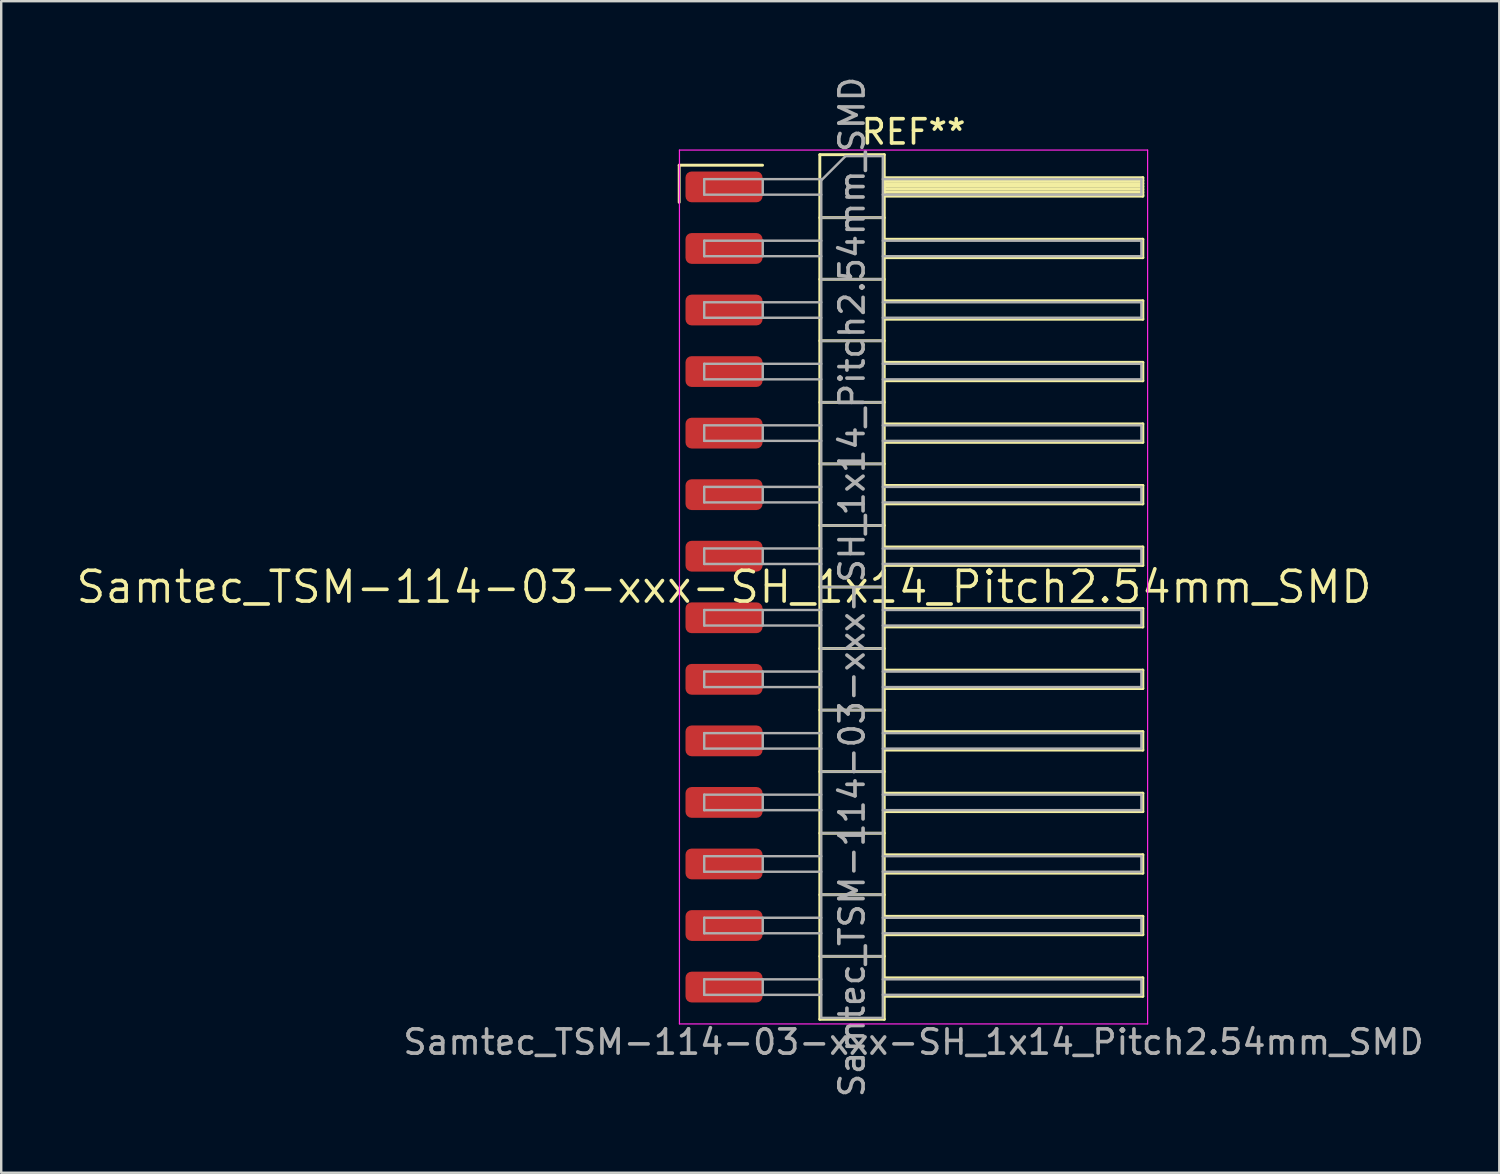
<source format=kicad_pcb>
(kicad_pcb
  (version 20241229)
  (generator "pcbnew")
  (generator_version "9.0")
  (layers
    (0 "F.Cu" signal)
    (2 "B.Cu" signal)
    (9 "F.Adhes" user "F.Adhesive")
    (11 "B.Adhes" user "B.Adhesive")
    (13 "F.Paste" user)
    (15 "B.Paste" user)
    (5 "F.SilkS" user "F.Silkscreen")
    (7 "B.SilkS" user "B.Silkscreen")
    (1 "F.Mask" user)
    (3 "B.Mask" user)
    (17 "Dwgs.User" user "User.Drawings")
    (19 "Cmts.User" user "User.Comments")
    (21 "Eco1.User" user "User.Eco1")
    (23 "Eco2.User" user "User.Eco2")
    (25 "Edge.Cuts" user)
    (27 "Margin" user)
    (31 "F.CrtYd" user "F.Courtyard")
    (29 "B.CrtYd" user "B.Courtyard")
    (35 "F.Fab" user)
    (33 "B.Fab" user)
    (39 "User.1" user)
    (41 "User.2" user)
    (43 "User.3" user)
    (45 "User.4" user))
  (footprint "Samtec_TSM-114-03-xxx-SH_1x14_Pitch2.54mm_SMD"
    (layer "F.Cu")
    (at 26.828 21.173)
    (property "Reference" "Samtec_TSM-114-03-xxx-SH_1x14_Pitch2.54mm_SMD" (at 0 0 0) (layer "F.SilkS") (effects (font (size 1.27 1.27) (thickness 0.15))))
    (attr smd)
    (fp_line (start -1.85 -17.405) (end 1.59 -17.405) (stroke (width 0.12) (type solid)) (layer "F.SilkS"))
    (fp_line (start -1.85 -15.875) (end -1.85 -17.405) (stroke (width 0.12) (type solid)) (layer "F.SilkS"))
    (fp_line (start 3.953 -17.84) (end 6.613 -17.84) (stroke (width 0.12) (type solid)) (layer "F.SilkS"))
    (fp_line (start 3.953 -15.24) (end 6.613 -15.24) (stroke (width 0.12) (type solid)) (layer "F.SilkS"))
    (fp_line (start 3.953 -12.7) (end 6.613 -12.7) (stroke (width 0.12) (type solid)) (layer "F.SilkS"))
    (fp_line (start 3.953 -10.16) (end 6.613 -10.16) (stroke (width 0.12) (type solid)) (layer "F.SilkS"))
    (fp_line (start 3.953 -7.62) (end 6.613 -7.62) (stroke (width 0.12) (type solid)) (layer "F.SilkS"))
    (fp_line (start 3.953 -5.08) (end 6.613 -5.08) (stroke (width 0.12) (type solid)) (layer "F.SilkS"))
    (fp_line (start 3.953 -2.54) (end 6.613 -2.54) (stroke (width 0.12) (type solid)) (layer "F.SilkS"))
    (fp_line (start 3.953 0) (end 6.613 0) (stroke (width 0.12) (type solid)) (layer "F.SilkS"))
    (fp_line (start 3.953 2.54) (end 6.613 2.54) (stroke (width 0.12) (type solid)) (layer "F.SilkS"))
    (fp_line (start 3.953 5.08) (end 6.613 5.08) (stroke (width 0.12) (type solid)) (layer "F.SilkS"))
    (fp_line (start 3.953 7.62) (end 6.613 7.62) (stroke (width 0.12) (type solid)) (layer "F.SilkS"))
    (fp_line (start 3.953 10.16) (end 6.613 10.16) (stroke (width 0.12) (type solid)) (layer "F.SilkS"))
    (fp_line (start 3.953 12.7) (end 6.613 12.7) (stroke (width 0.12) (type solid)) (layer "F.SilkS"))
    (fp_line (start 3.953 15.24) (end 6.613 15.24) (stroke (width 0.12) (type solid)) (layer "F.SilkS"))
    (fp_line (start 3.953 17.84) (end 3.953 -17.84) (stroke (width 0.12) (type solid)) (layer "F.SilkS"))
    (fp_line (start 6.613 -17.84) (end 6.613 17.84) (stroke (width 0.12) (type solid)) (layer "F.SilkS"))
    (fp_line (start 6.613 -16.89) (end 17.283 -16.89) (stroke (width 0.12) (type solid)) (layer "F.SilkS"))
    (fp_line (start 6.613 -16.77) (end 17.283 -16.77) (stroke (width 0.12) (type solid)) (layer "F.SilkS"))
    (fp_line (start 6.613 -16.65) (end 17.283 -16.65) (stroke (width 0.12) (type solid)) (layer "F.SilkS"))
    (fp_line (start 6.613 -16.53) (end 17.283 -16.53) (stroke (width 0.12) (type solid)) (layer "F.SilkS"))
    (fp_line (start 6.613 -16.41) (end 17.283 -16.41) (stroke (width 0.12) (type solid)) (layer "F.SilkS"))
    (fp_line (start 6.613 -16.29) (end 17.283 -16.29) (stroke (width 0.12) (type solid)) (layer "F.SilkS"))
    (fp_line (start 6.613 -16.17) (end 17.283 -16.17) (stroke (width 0.12) (type solid)) (layer "F.SilkS"))
    (fp_line (start 6.613 -16.13) (end 17.283 -16.13) (stroke (width 0.12) (type solid)) (layer "F.SilkS"))
    (fp_line (start 6.613 -14.35) (end 17.283 -14.35) (stroke (width 0.12) (type solid)) (layer "F.SilkS"))
    (fp_line (start 6.613 -13.59) (end 17.283 -13.59) (stroke (width 0.12) (type solid)) (layer "F.SilkS"))
    (fp_line (start 6.613 -11.81) (end 17.283 -11.81) (stroke (width 0.12) (type solid)) (layer "F.SilkS"))
    (fp_line (start 6.613 -11.05) (end 17.283 -11.05) (stroke (width 0.12) (type solid)) (layer "F.SilkS"))
    (fp_line (start 6.613 -9.27) (end 17.283 -9.27) (stroke (width 0.12) (type solid)) (layer "F.SilkS"))
    (fp_line (start 6.613 -8.51) (end 17.283 -8.51) (stroke (width 0.12) (type solid)) (layer "F.SilkS"))
    (fp_line (start 6.613 -6.73) (end 17.283 -6.73) (stroke (width 0.12) (type solid)) (layer "F.SilkS"))
    (fp_line (start 6.613 -5.97) (end 17.283 -5.97) (stroke (width 0.12) (type solid)) (layer "F.SilkS"))
    (fp_line (start 6.613 -4.19) (end 17.283 -4.19) (stroke (width 0.12) (type solid)) (layer "F.SilkS"))
    (fp_line (start 6.613 -3.43) (end 17.283 -3.43) (stroke (width 0.12) (type solid)) (layer "F.SilkS"))
    (fp_line (start 6.613 -1.65) (end 17.283 -1.65) (stroke (width 0.12) (type solid)) (layer "F.SilkS"))
    (fp_line (start 6.613 -0.89) (end 17.283 -0.89) (stroke (width 0.12) (type solid)) (layer "F.SilkS"))
    (fp_line (start 6.613 0.89) (end 17.283 0.89) (stroke (width 0.12) (type solid)) (layer "F.SilkS"))
    (fp_line (start 6.613 1.65) (end 17.283 1.65) (stroke (width 0.12) (type solid)) (layer "F.SilkS"))
    (fp_line (start 6.613 3.43) (end 17.283 3.43) (stroke (width 0.12) (type solid)) (layer "F.SilkS"))
    (fp_line (start 6.613 4.19) (end 17.283 4.19) (stroke (width 0.12) (type solid)) (layer "F.SilkS"))
    (fp_line (start 6.613 5.97) (end 17.283 5.97) (stroke (width 0.12) (type solid)) (layer "F.SilkS"))
    (fp_line (start 6.613 6.73) (end 17.283 6.73) (stroke (width 0.12) (type solid)) (layer "F.SilkS"))
    (fp_line (start 6.613 8.51) (end 17.283 8.51) (stroke (width 0.12) (type solid)) (layer "F.SilkS"))
    (fp_line (start 6.613 9.27) (end 17.283 9.27) (stroke (width 0.12) (type solid)) (layer "F.SilkS"))
    (fp_line (start 6.613 11.05) (end 17.283 11.05) (stroke (width 0.12) (type solid)) (layer "F.SilkS"))
    (fp_line (start 6.613 11.81) (end 17.283 11.81) (stroke (width 0.12) (type solid)) (layer "F.SilkS"))
    (fp_line (start 6.613 13.59) (end 17.283 13.59) (stroke (width 0.12) (type solid)) (layer "F.SilkS"))
    (fp_line (start 6.613 14.35) (end 17.283 14.35) (stroke (width 0.12) (type solid)) (layer "F.SilkS"))
    (fp_line (start 6.613 16.13) (end 17.283 16.13) (stroke (width 0.12) (type solid)) (layer "F.SilkS"))
    (fp_line (start 6.613 16.89) (end 17.283 16.89) (stroke (width 0.12) (type solid)) (layer "F.SilkS"))
    (fp_line (start 6.613 17.84) (end 3.953 17.84) (stroke (width 0.12) (type solid)) (layer "F.SilkS"))
    (fp_line (start 17.283 -16.89) (end 17.283 -16.13) (stroke (width 0.12) (type solid)) (layer "F.SilkS"))
    (fp_line (start 17.283 -14.35) (end 17.283 -13.59) (stroke (width 0.12) (type solid)) (layer "F.SilkS"))
    (fp_line (start 17.283 -11.81) (end 17.283 -11.05) (stroke (width 0.12) (type solid)) (layer "F.SilkS"))
    (fp_line (start 17.283 -9.27) (end 17.283 -8.51) (stroke (width 0.12) (type solid)) (layer "F.SilkS"))
    (fp_line (start 17.283 -6.73) (end 17.283 -5.97) (stroke (width 0.12) (type solid)) (layer "F.SilkS"))
    (fp_line (start 17.283 -4.19) (end 17.283 -3.43) (stroke (width 0.12) (type solid)) (layer "F.SilkS"))
    (fp_line (start 17.283 -1.65) (end 17.283 -0.89) (stroke (width 0.12) (type solid)) (layer "F.SilkS"))
    (fp_line (start 17.283 0.89) (end 17.283 1.65) (stroke (width 0.12) (type solid)) (layer "F.SilkS"))
    (fp_line (start 17.283 3.43) (end 17.283 4.19) (stroke (width 0.12) (type solid)) (layer "F.SilkS"))
    (fp_line (start 17.283 5.97) (end 17.283 6.73) (stroke (width 0.12) (type solid)) (layer "F.SilkS"))
    (fp_line (start 17.283 8.51) (end 17.283 9.27) (stroke (width 0.12) (type solid)) (layer "F.SilkS"))
    (fp_line (start 17.283 11.05) (end 17.283 11.81) (stroke (width 0.12) (type solid)) (layer "F.SilkS"))
    (fp_line (start 17.283 13.59) (end 17.283 14.35) (stroke (width 0.12) (type solid)) (layer "F.SilkS"))
    (fp_line (start 17.283 16.13) (end 17.283 16.89) (stroke (width 0.12) (type solid)) (layer "F.SilkS"))
    (fp_line (start -1.84 -18.03) (end 17.48 -18.03) (stroke (width 0.05) (type solid)) (layer "F.CrtYd"))
    (fp_line (start -1.84 18.03) (end -1.84 -18.03) (stroke (width 0.05) (type solid)) (layer "F.CrtYd"))
    (fp_line (start 17.48 -18.03) (end 17.48 18.03) (stroke (width 0.05) (type solid)) (layer "F.CrtYd"))
    (fp_line (start 17.48 18.03) (end -1.84 18.03) (stroke (width 0.05) (type solid)) (layer "F.CrtYd"))
    (fp_line (start -0.817 -16.83) (end -0.817 -16.19) (stroke (width 0.1) (type solid)) (layer "F.Fab"))
    (fp_line (start -0.817 -16.83) (end 4.013 -16.83) (stroke (width 0.1) (type solid)) (layer "F.Fab"))
    (fp_line (start -0.817 -16.19) (end 4.013 -16.19) (stroke (width 0.1) (type solid)) (layer "F.Fab"))
    (fp_line (start -0.817 -14.29) (end -0.817 -13.65) (stroke (width 0.1) (type solid)) (layer "F.Fab"))
    (fp_line (start -0.817 -14.29) (end 4.013 -14.29) (stroke (width 0.1) (type solid)) (layer "F.Fab"))
    (fp_line (start -0.817 -13.65) (end 4.013 -13.65) (stroke (width 0.1) (type solid)) (layer "F.Fab"))
    (fp_line (start -0.817 -11.75) (end -0.817 -11.11) (stroke (width 0.1) (type solid)) (layer "F.Fab"))
    (fp_line (start -0.817 -11.75) (end 4.013 -11.75) (stroke (width 0.1) (type solid)) (layer "F.Fab"))
    (fp_line (start -0.817 -11.11) (end 4.013 -11.11) (stroke (width 0.1) (type solid)) (layer "F.Fab"))
    (fp_line (start -0.817 -9.21) (end -0.817 -8.57) (stroke (width 0.1) (type solid)) (layer "F.Fab"))
    (fp_line (start -0.817 -9.21) (end 4.013 -9.21) (stroke (width 0.1) (type solid)) (layer "F.Fab"))
    (fp_line (start -0.817 -8.57) (end 4.013 -8.57) (stroke (width 0.1) (type solid)) (layer "F.Fab"))
    (fp_line (start -0.817 -6.67) (end -0.817 -6.03) (stroke (width 0.1) (type solid)) (layer "F.Fab"))
    (fp_line (start -0.817 -6.67) (end 4.013 -6.67) (stroke (width 0.1) (type solid)) (layer "F.Fab"))
    (fp_line (start -0.817 -6.03) (end 4.013 -6.03) (stroke (width 0.1) (type solid)) (layer "F.Fab"))
    (fp_line (start -0.817 -4.13) (end -0.817 -3.49) (stroke (width 0.1) (type solid)) (layer "F.Fab"))
    (fp_line (start -0.817 -4.13) (end 4.013 -4.13) (stroke (width 0.1) (type solid)) (layer "F.Fab"))
    (fp_line (start -0.817 -3.49) (end 4.013 -3.49) (stroke (width 0.1) (type solid)) (layer "F.Fab"))
    (fp_line (start -0.817 -1.59) (end -0.817 -0.95) (stroke (width 0.1) (type solid)) (layer "F.Fab"))
    (fp_line (start -0.817 -1.59) (end 4.013 -1.59) (stroke (width 0.1) (type solid)) (layer "F.Fab"))
    (fp_line (start -0.817 -0.95) (end 4.013 -0.95) (stroke (width 0.1) (type solid)) (layer "F.Fab"))
    (fp_line (start -0.817 0.95) (end -0.817 1.59) (stroke (width 0.1) (type solid)) (layer "F.Fab"))
    (fp_line (start -0.817 0.95) (end 4.013 0.95) (stroke (width 0.1) (type solid)) (layer "F.Fab"))
    (fp_line (start -0.817 1.59) (end 4.013 1.59) (stroke (width 0.1) (type solid)) (layer "F.Fab"))
    (fp_line (start -0.817 3.49) (end -0.817 4.13) (stroke (width 0.1) (type solid)) (layer "F.Fab"))
    (fp_line (start -0.817 3.49) (end 4.013 3.49) (stroke (width 0.1) (type solid)) (layer "F.Fab"))
    (fp_line (start -0.817 4.13) (end 4.013 4.13) (stroke (width 0.1) (type solid)) (layer "F.Fab"))
    (fp_line (start -0.817 6.03) (end -0.817 6.67) (stroke (width 0.1) (type solid)) (layer "F.Fab"))
    (fp_line (start -0.817 6.03) (end 4.013 6.03) (stroke (width 0.1) (type solid)) (layer "F.Fab"))
    (fp_line (start -0.817 6.67) (end 4.013 6.67) (stroke (width 0.1) (type solid)) (layer "F.Fab"))
    (fp_line (start -0.817 8.57) (end -0.817 9.21) (stroke (width 0.1) (type solid)) (layer "F.Fab"))
    (fp_line (start -0.817 8.57) (end 4.013 8.57) (stroke (width 0.1) (type solid)) (layer "F.Fab"))
    (fp_line (start -0.817 9.21) (end 4.013 9.21) (stroke (width 0.1) (type solid)) (layer "F.Fab"))
    (fp_line (start -0.817 11.11) (end -0.817 11.75) (stroke (width 0.1) (type solid)) (layer "F.Fab"))
    (fp_line (start -0.817 11.11) (end 4.013 11.11) (stroke (width 0.1) (type solid)) (layer "F.Fab"))
    (fp_line (start -0.817 11.75) (end 4.013 11.75) (stroke (width 0.1) (type solid)) (layer "F.Fab"))
    (fp_line (start -0.817 13.65) (end -0.817 14.29) (stroke (width 0.1) (type solid)) (layer "F.Fab"))
    (fp_line (start -0.817 13.65) (end 4.013 13.65) (stroke (width 0.1) (type solid)) (layer "F.Fab"))
    (fp_line (start -0.817 14.29) (end 4.013 14.29) (stroke (width 0.1) (type solid)) (layer "F.Fab"))
    (fp_line (start -0.817 16.19) (end -0.817 16.83) (stroke (width 0.1) (type solid)) (layer "F.Fab"))
    (fp_line (start -0.817 16.19) (end 4.013 16.19) (stroke (width 0.1) (type solid)) (layer "F.Fab"))
    (fp_line (start -0.817 16.83) (end 4.013 16.83) (stroke (width 0.1) (type solid)) (layer "F.Fab"))
    (fp_line (start 1.598 -16.83) (end 1.598 -16.19) (stroke (width 0.1) (type solid)) (layer "F.Fab"))
    (fp_line (start 1.598 -14.29) (end 1.598 -13.65) (stroke (width 0.1) (type solid)) (layer "F.Fab"))
    (fp_line (start 1.598 -11.75) (end 1.598 -11.11) (stroke (width 0.1) (type solid)) (layer "F.Fab"))
    (fp_line (start 1.598 -9.21) (end 1.598 -8.57) (stroke (width 0.1) (type solid)) (layer "F.Fab"))
    (fp_line (start 1.598 -6.67) (end 1.598 -6.03) (stroke (width 0.1) (type solid)) (layer "F.Fab"))
    (fp_line (start 1.598 -4.13) (end 1.598 -3.49) (stroke (width 0.1) (type solid)) (layer "F.Fab"))
    (fp_line (start 1.598 -1.59) (end 1.598 -0.95) (stroke (width 0.1) (type solid)) (layer "F.Fab"))
    (fp_line (start 1.598 0.95) (end 1.598 1.59) (stroke (width 0.1) (type solid)) (layer "F.Fab"))
    (fp_line (start 1.598 3.49) (end 1.598 4.13) (stroke (width 0.1) (type solid)) (layer "F.Fab"))
    (fp_line (start 1.598 6.03) (end 1.598 6.67) (stroke (width 0.1) (type solid)) (layer "F.Fab"))
    (fp_line (start 1.598 8.57) (end 1.598 9.21) (stroke (width 0.1) (type solid)) (layer "F.Fab"))
    (fp_line (start 1.598 11.11) (end 1.598 11.75) (stroke (width 0.1) (type solid)) (layer "F.Fab"))
    (fp_line (start 1.598 13.65) (end 1.598 14.29) (stroke (width 0.1) (type solid)) (layer "F.Fab"))
    (fp_line (start 1.598 16.19) (end 1.598 16.83) (stroke (width 0.1) (type solid)) (layer "F.Fab"))
    (fp_line (start 4.013 -16.78) (end 5.013 -17.78) (stroke (width 0.1) (type solid)) (layer "F.Fab"))
    (fp_line (start 4.013 -15.24) (end 6.553 -15.24) (stroke (width 0.1) (type solid)) (layer "F.Fab"))
    (fp_line (start 4.013 -12.7) (end 6.553 -12.7) (stroke (width 0.1) (type solid)) (layer "F.Fab"))
    (fp_line (start 4.013 -10.16) (end 6.553 -10.16) (stroke (width 0.1) (type solid)) (layer "F.Fab"))
    (fp_line (start 4.013 -7.62) (end 6.553 -7.62) (stroke (width 0.1) (type solid)) (layer "F.Fab"))
    (fp_line (start 4.013 -5.08) (end 6.553 -5.08) (stroke (width 0.1) (type solid)) (layer "F.Fab"))
    (fp_line (start 4.013 -2.54) (end 6.553 -2.54) (stroke (width 0.1) (type solid)) (layer "F.Fab"))
    (fp_line (start 4.013 0) (end 6.553 0) (stroke (width 0.1) (type solid)) (layer "F.Fab"))
    (fp_line (start 4.013 2.54) (end 6.553 2.54) (stroke (width 0.1) (type solid)) (layer "F.Fab"))
    (fp_line (start 4.013 5.08) (end 6.553 5.08) (stroke (width 0.1) (type solid)) (layer "F.Fab"))
    (fp_line (start 4.013 7.62) (end 6.553 7.62) (stroke (width 0.1) (type solid)) (layer "F.Fab"))
    (fp_line (start 4.013 10.16) (end 6.553 10.16) (stroke (width 0.1) (type solid)) (layer "F.Fab"))
    (fp_line (start 4.013 12.7) (end 6.553 12.7) (stroke (width 0.1) (type solid)) (layer "F.Fab"))
    (fp_line (start 4.013 15.24) (end 6.553 15.24) (stroke (width 0.1) (type solid)) (layer "F.Fab"))
    (fp_line (start 4.013 17.78) (end 4.013 -16.78) (stroke (width 0.1) (type solid)) (layer "F.Fab"))
    (fp_line (start 5.013 -17.78) (end 6.553 -17.78) (stroke (width 0.1) (type solid)) (layer "F.Fab"))
    (fp_line (start 6.553 -17.78) (end 6.553 17.78) (stroke (width 0.1) (type solid)) (layer "F.Fab"))
    (fp_line (start 6.553 -16.83) (end 17.223 -16.83) (stroke (width 0.1) (type solid)) (layer "F.Fab"))
    (fp_line (start 6.553 -16.19) (end 17.223 -16.19) (stroke (width 0.1) (type solid)) (layer "F.Fab"))
    (fp_line (start 6.553 -14.29) (end 17.223 -14.29) (stroke (width 0.1) (type solid)) (layer "F.Fab"))
    (fp_line (start 6.553 -13.65) (end 17.223 -13.65) (stroke (width 0.1) (type solid)) (layer "F.Fab"))
    (fp_line (start 6.553 -11.75) (end 17.223 -11.75) (stroke (width 0.1) (type solid)) (layer "F.Fab"))
    (fp_line (start 6.553 -11.11) (end 17.223 -11.11) (stroke (width 0.1) (type solid)) (layer "F.Fab"))
    (fp_line (start 6.553 -9.21) (end 17.223 -9.21) (stroke (width 0.1) (type solid)) (layer "F.Fab"))
    (fp_line (start 6.553 -8.57) (end 17.223 -8.57) (stroke (width 0.1) (type solid)) (layer "F.Fab"))
    (fp_line (start 6.553 -6.67) (end 17.223 -6.67) (stroke (width 0.1) (type solid)) (layer "F.Fab"))
    (fp_line (start 6.553 -6.03) (end 17.223 -6.03) (stroke (width 0.1) (type solid)) (layer "F.Fab"))
    (fp_line (start 6.553 -4.13) (end 17.223 -4.13) (stroke (width 0.1) (type solid)) (layer "F.Fab"))
    (fp_line (start 6.553 -3.49) (end 17.223 -3.49) (stroke (width 0.1) (type solid)) (layer "F.Fab"))
    (fp_line (start 6.553 -1.59) (end 17.223 -1.59) (stroke (width 0.1) (type solid)) (layer "F.Fab"))
    (fp_line (start 6.553 -0.95) (end 17.223 -0.95) (stroke (width 0.1) (type solid)) (layer "F.Fab"))
    (fp_line (start 6.553 0.95) (end 17.223 0.95) (stroke (width 0.1) (type solid)) (layer "F.Fab"))
    (fp_line (start 6.553 1.59) (end 17.223 1.59) (stroke (width 0.1) (type solid)) (layer "F.Fab"))
    (fp_line (start 6.553 3.49) (end 17.223 3.49) (stroke (width 0.1) (type solid)) (layer "F.Fab"))
    (fp_line (start 6.553 4.13) (end 17.223 4.13) (stroke (width 0.1) (type solid)) (layer "F.Fab"))
    (fp_line (start 6.553 6.03) (end 17.223 6.03) (stroke (width 0.1) (type solid)) (layer "F.Fab"))
    (fp_line (start 6.553 6.67) (end 17.223 6.67) (stroke (width 0.1) (type solid)) (layer "F.Fab"))
    (fp_line (start 6.553 8.57) (end 17.223 8.57) (stroke (width 0.1) (type solid)) (layer "F.Fab"))
    (fp_line (start 6.553 9.21) (end 17.223 9.21) (stroke (width 0.1) (type solid)) (layer "F.Fab"))
    (fp_line (start 6.553 11.11) (end 17.223 11.11) (stroke (width 0.1) (type solid)) (layer "F.Fab"))
    (fp_line (start 6.553 11.75) (end 17.223 11.75) (stroke (width 0.1) (type solid)) (layer "F.Fab"))
    (fp_line (start 6.553 13.65) (end 17.223 13.65) (stroke (width 0.1) (type solid)) (layer "F.Fab"))
    (fp_line (start 6.553 14.29) (end 17.223 14.29) (stroke (width 0.1) (type solid)) (layer "F.Fab"))
    (fp_line (start 6.553 16.19) (end 17.223 16.19) (stroke (width 0.1) (type solid)) (layer "F.Fab"))
    (fp_line (start 6.553 16.83) (end 17.223 16.83) (stroke (width 0.1) (type solid)) (layer "F.Fab"))
    (fp_line (start 6.553 17.78) (end 4.013 17.78) (stroke (width 0.1) (type solid)) (layer "F.Fab"))
    (fp_line (start 17.223 -16.83) (end 17.223 -16.19) (stroke (width 0.1) (type solid)) (layer "F.Fab"))
    (fp_line (start 17.223 -14.29) (end 17.223 -13.65) (stroke (width 0.1) (type solid)) (layer "F.Fab"))
    (fp_line (start 17.223 -11.75) (end 17.223 -11.11) (stroke (width 0.1) (type solid)) (layer "F.Fab"))
    (fp_line (start 17.223 -9.21) (end 17.223 -8.57) (stroke (width 0.1) (type solid)) (layer "F.Fab"))
    (fp_line (start 17.223 -6.67) (end 17.223 -6.03) (stroke (width 0.1) (type solid)) (layer "F.Fab"))
    (fp_line (start 17.223 -4.13) (end 17.223 -3.49) (stroke (width 0.1) (type solid)) (layer "F.Fab"))
    (fp_line (start 17.223 -1.59) (end 17.223 -0.95) (stroke (width 0.1) (type solid)) (layer "F.Fab"))
    (fp_line (start 17.223 0.95) (end 17.223 1.59) (stroke (width 0.1) (type solid)) (layer "F.Fab"))
    (fp_line (start 17.223 3.49) (end 17.223 4.13) (stroke (width 0.1) (type solid)) (layer "F.Fab"))
    (fp_line (start 17.223 6.03) (end 17.223 6.67) (stroke (width 0.1) (type solid)) (layer "F.Fab"))
    (fp_line (start 17.223 8.57) (end 17.223 9.21) (stroke (width 0.1) (type solid)) (layer "F.Fab"))
    (fp_line (start 17.223 11.11) (end 17.223 11.75) (stroke (width 0.1) (type solid)) (layer "F.Fab"))
    (fp_line (start 17.223 13.65) (end 17.223 14.29) (stroke (width 0.1) (type solid)) (layer "F.Fab"))
    (fp_line (start 17.223 16.19) (end 17.223 16.83) (stroke (width 0.1) (type solid)) (layer "F.Fab"))
    (fp_text user "REF**" (at 7.82 -18.78 0) (layer "F.SilkS") (effects (font (size 1 1) (thickness 0.15))))
    (fp_text user "${REFERENCE}" (at 5.283 0 90) (layer "F.Fab") (effects (font (size 1 1) (thickness 0.15))))
    (fp_text user "Samtec_TSM-114-03-xxx-SH_1x14_Pitch2.54mm_SMD" (at 7.82 18.78 0) (layer "F.Fab") (effects (font (size 1 1) (thickness 0.15))))
    (pad "1" smd roundrect (at 0 -16.51) (size 3.18 1.27) (layers "F.Cu" "F.Mask" "F.Paste") (roundrect_rratio 0.197))
    (pad "2" smd roundrect (at 0 -13.97) (size 3.18 1.27) (layers "F.Cu" "F.Mask" "F.Paste") (roundrect_rratio 0.197))
    (pad "3" smd roundrect (at 0 -11.43) (size 3.18 1.27) (layers "F.Cu" "F.Mask" "F.Paste") (roundrect_rratio 0.197))
    (pad "4" smd roundrect (at 0 -8.89) (size 3.18 1.27) (layers "F.Cu" "F.Mask" "F.Paste") (roundrect_rratio 0.197))
    (pad "5" smd roundrect (at 0 -6.35) (size 3.18 1.27) (layers "F.Cu" "F.Mask" "F.Paste") (roundrect_rratio 0.197))
    (pad "6" smd roundrect (at 0 -3.81) (size 3.18 1.27) (layers "F.Cu" "F.Mask" "F.Paste") (roundrect_rratio 0.197))
    (pad "7" smd roundrect (at 0 -1.27) (size 3.18 1.27) (layers "F.Cu" "F.Mask" "F.Paste") (roundrect_rratio 0.197))
    (pad "8" smd roundrect (at 0 1.27) (size 3.18 1.27) (layers "F.Cu" "F.Mask" "F.Paste") (roundrect_rratio 0.197))
    (pad "9" smd roundrect (at 0 3.81) (size 3.18 1.27) (layers "F.Cu" "F.Mask" "F.Paste") (roundrect_rratio 0.197))
    (pad "10" smd roundrect (at 0 6.35) (size 3.18 1.27) (layers "F.Cu" "F.Mask" "F.Paste") (roundrect_rratio 0.197))
    (pad "11" smd roundrect (at 0 8.89) (size 3.18 1.27) (layers "F.Cu" "F.Mask" "F.Paste") (roundrect_rratio 0.197))
    (pad "12" smd roundrect (at 0 11.43) (size 3.18 1.27) (layers "F.Cu" "F.Mask" "F.Paste") (roundrect_rratio 0.197))
    (pad "13" smd roundrect (at 0 13.97) (size 3.18 1.27) (layers "F.Cu" "F.Mask" "F.Paste") (roundrect_rratio 0.197))
    (pad "14" smd roundrect (at 0 16.51) (size 3.18 1.27) (layers "F.Cu" "F.Mask" "F.Paste") (roundrect_rratio 0.197)))
  (gr_rect
    (start -3 -3)
    (end 58.821 45.345)
    (stroke (width 0.1) (type default))
    (fill no)
    (layer "Edge.Cuts")))
</source>
